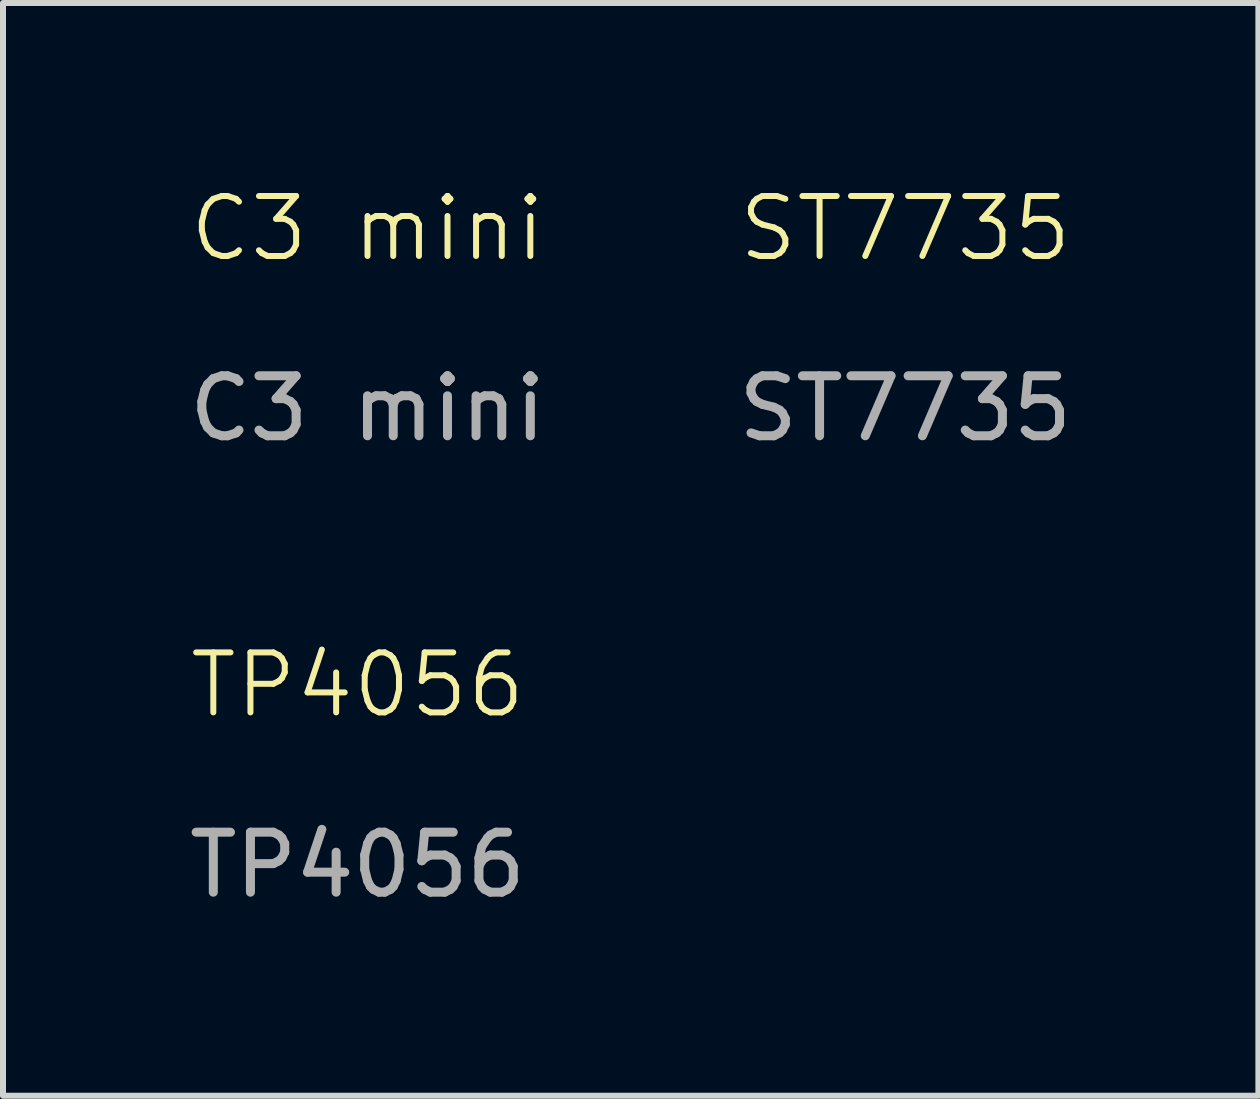
<source format=kicad_pcb>
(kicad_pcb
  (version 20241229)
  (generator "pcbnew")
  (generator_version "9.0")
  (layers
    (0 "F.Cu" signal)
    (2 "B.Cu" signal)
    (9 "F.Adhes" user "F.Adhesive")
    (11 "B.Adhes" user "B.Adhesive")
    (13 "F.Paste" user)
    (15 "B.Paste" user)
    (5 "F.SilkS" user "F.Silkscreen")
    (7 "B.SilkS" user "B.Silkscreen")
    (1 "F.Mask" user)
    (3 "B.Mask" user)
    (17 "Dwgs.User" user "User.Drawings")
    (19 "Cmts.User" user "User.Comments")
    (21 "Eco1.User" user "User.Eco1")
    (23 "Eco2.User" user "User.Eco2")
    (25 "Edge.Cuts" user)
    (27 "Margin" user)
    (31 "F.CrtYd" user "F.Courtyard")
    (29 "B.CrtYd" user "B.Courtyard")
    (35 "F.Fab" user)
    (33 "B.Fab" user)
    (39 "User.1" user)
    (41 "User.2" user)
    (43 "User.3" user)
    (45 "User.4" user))
  (footprint "ST7735"
    (layer "F.Cu")
    (at 12.042 1.26)
    (property "Reference" "ST7735" (at 0 -0.5 0) (unlocked yes) (layer "F.SilkS") (effects (font (size 1 1) (thickness 0.1))))
    (attr smd)
    (fp_text user "${REFERENCE}" (at 0 2.5 0) (unlocked yes) (layer "F.Fab") (effects (font (size 1 1) (thickness 0.15)))))
  (footprint "TP4056"
    (layer "F.Cu")
    (at 2.911 8.869)
    (property "Reference" "TP4056" (at 0 -0.5 0) (unlocked yes) (layer "F.SilkS") (effects (font (size 1 1) (thickness 0.1))))
    (attr smd)
    (fp_text user "${REFERENCE}" (at 0 2.5 0) (unlocked yes) (layer "F.Fab") (effects (font (size 1 1) (thickness 0.15)))))
  (footprint "C3 mini"
    (layer "F.Cu")
    (at 3.077 1.26)
    (property "Reference" "C3 mini" (at 0 -0.5 0) (unlocked yes) (layer "F.SilkS") (effects (font (size 1 1) (thickness 0.1))))
    (attr smd)
    (fp_text user "${REFERENCE}" (at 0 2.5 0) (unlocked yes) (layer "F.Fab") (effects (font (size 1 1) (thickness 0.15)))))
  (gr_rect
    (start -3 -3)
    (end 17.929 15.217)
    (stroke (width 0.1) (type default))
    (fill no)
    (layer "Edge.Cuts")))
</source>
